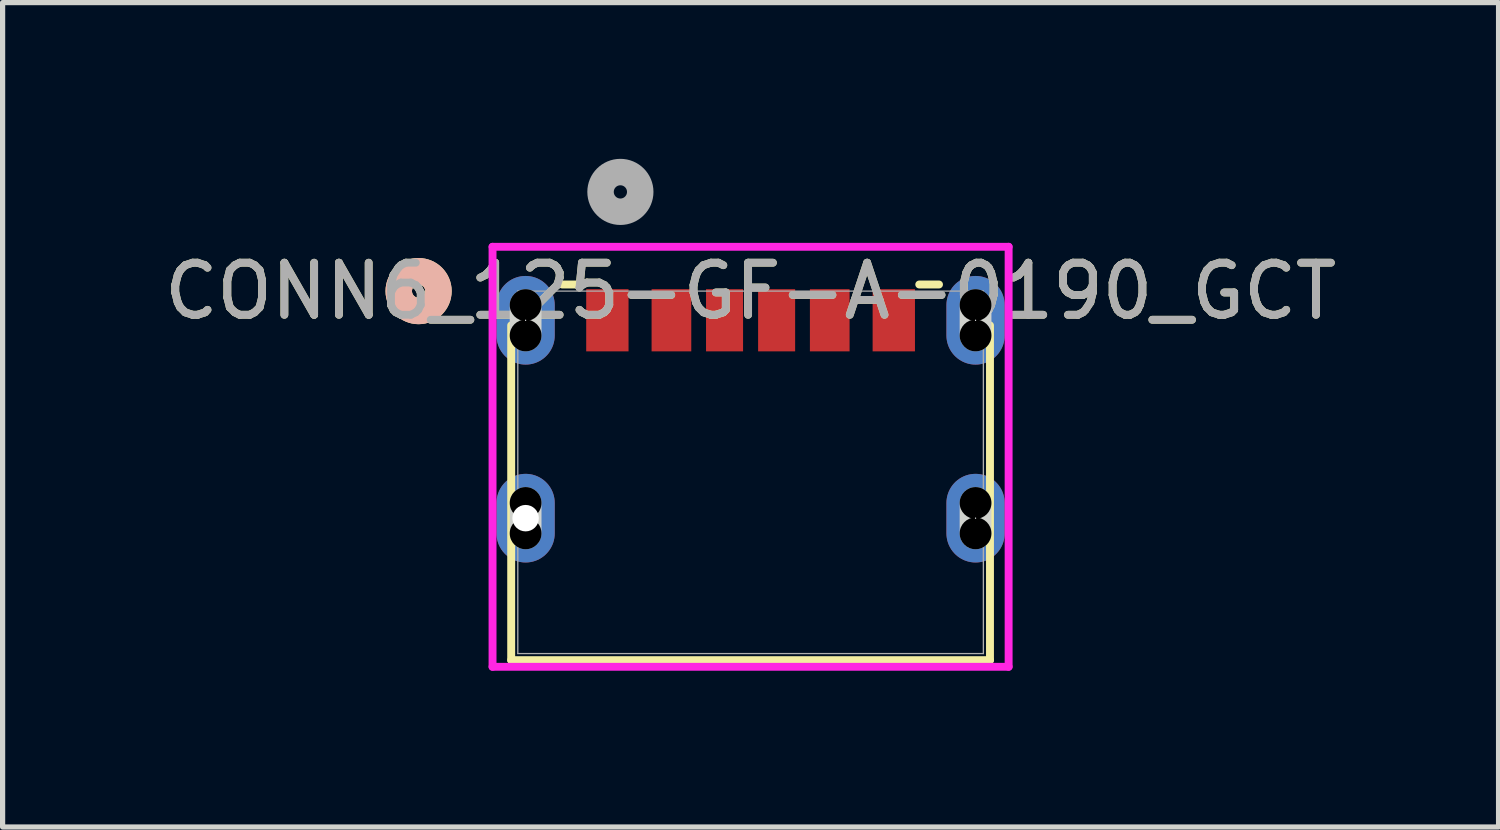
<source format=kicad_pcb>
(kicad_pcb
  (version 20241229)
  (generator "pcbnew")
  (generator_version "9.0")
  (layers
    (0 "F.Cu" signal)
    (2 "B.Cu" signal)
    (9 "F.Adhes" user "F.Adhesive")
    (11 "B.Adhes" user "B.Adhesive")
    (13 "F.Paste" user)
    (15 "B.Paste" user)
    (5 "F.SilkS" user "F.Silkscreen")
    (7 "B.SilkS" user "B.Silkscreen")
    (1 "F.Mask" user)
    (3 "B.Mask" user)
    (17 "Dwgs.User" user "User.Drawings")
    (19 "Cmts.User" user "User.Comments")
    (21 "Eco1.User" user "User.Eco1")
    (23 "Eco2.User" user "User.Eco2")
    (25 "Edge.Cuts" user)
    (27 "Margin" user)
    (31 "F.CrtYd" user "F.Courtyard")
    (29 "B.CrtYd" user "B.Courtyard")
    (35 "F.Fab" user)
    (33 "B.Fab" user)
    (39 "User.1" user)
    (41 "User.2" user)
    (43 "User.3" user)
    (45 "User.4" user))
  (footprint "CONN6_125-GF-A-0190_GCT"
    (layer "F.Cu")
    (at 8.613 3.1)
    (property "Reference" "CONN6_125-GF-A-0190_GCT" (at 2.75 -0.56 0) (unlocked yes) (layer "F.SilkS") (effects (font (size 1 1) (thickness 0.15))))
    (attr smd)
    (fp_line (start -1.847 0.098) (end -1.847 6.527) (stroke (width 0.152) (type solid)) (layer "F.SilkS"))
    (fp_line (start -1.847 6.527) (end 7.347 6.527) (stroke (width 0.152) (type solid)) (layer "F.SilkS"))
    (fp_line (start -0.489 -0.687) (end -0.868 -0.687) (stroke (width 0.152) (type solid)) (layer "F.SilkS"))
    (fp_line (start 6.368 -0.687) (end 5.989 -0.687) (stroke (width 0.152) (type solid)) (layer "F.SilkS"))
    (fp_line (start 7.347 6.527) (end 7.347 0.098) (stroke (width 0.152) (type solid)) (layer "F.SilkS"))
    (fp_circle (center -3.625 -0.56) (end -3.244 -0.56) (stroke (width 0.508) (type solid)) (fill no) (layer "F.SilkS"))
    (fp_circle (center -3.625 -0.56) (end -3.244 -0.56) (stroke (width 0.508) (type solid)) (fill no) (layer "B.SilkS"))
    (fp_line (start -1.57 0.292) (end -1.57 -0.292) (stroke (width 0.61) (type solid)) (layer "Edge.Cuts"))
    (fp_line (start -1.57 4.092) (end -1.57 3.508) (stroke (width 0.61) (type solid)) (layer "Edge.Cuts"))
    (fp_line (start 7.07 0.292) (end 7.07 -0.292) (stroke (width 0.61) (type solid)) (layer "Edge.Cuts"))
    (fp_line (start 7.07 4.092) (end 7.07 3.508) (stroke (width 0.61) (type solid)) (layer "Edge.Cuts"))
    (fp_line (start -2.205 -1.411) (end -2.205 6.654) (stroke (width 0.152) (type solid)) (layer "F.CrtYd"))
    (fp_line (start -2.205 6.654) (end 7.705 6.654) (stroke (width 0.152) (type solid)) (layer "F.CrtYd"))
    (fp_line (start 7.705 -1.411) (end -2.205 -1.411) (stroke (width 0.152) (type solid)) (layer "F.CrtYd"))
    (fp_line (start 7.705 6.654) (end 7.705 -1.411) (stroke (width 0.152) (type solid)) (layer "F.CrtYd"))
    (fp_line (start -1.72 -0.56) (end -1.72 6.4) (stroke (width 0.025) (type solid)) (layer "F.Fab"))
    (fp_line (start -1.72 6.4) (end 7.22 6.4) (stroke (width 0.025) (type solid)) (layer "F.Fab"))
    (fp_line (start 7.22 -0.56) (end -1.72 -0.56) (stroke (width 0.025) (type solid)) (layer "F.Fab"))
    (fp_line (start 7.22 6.4) (end 7.22 -0.56) (stroke (width 0.025) (type solid)) (layer "F.Fab"))
    (fp_circle (center 0.25 -2.465) (end 0.631 -2.465) (stroke (width 0.508) (type solid)) (fill no) (layer "F.Fab"))
    (fp_text user "${REFERENCE}" (at 2.75 -0.56 0) (unlocked yes) (layer "F.Fab") (effects (font (size 1 1) (thickness 0.15))))
    (pad "" np_thru_hole circle (at -1.57 -0.292) (size 0.61 0.61) (drill 0.61) (layers))
    (pad "" np_thru_hole circle (at -1.57 0.292) (size 0.61 0.61) (drill 0.61) (layers))
    (pad "" np_thru_hole circle (at -1.57 3.508) (size 0.61 0.61) (drill 0.61) (layers))
    (pad "" np_thru_hole circle (at -1.57 4.092) (size 0.61 0.61) (drill 0.61) (layers))
    (pad "" np_thru_hole circle (at 7.07 -0.292) (size 0.61 0.61) (drill 0.61) (layers))
    (pad "" np_thru_hole circle (at 7.07 0.292) (size 0.61 0.61) (drill 0.61) (layers))
    (pad "" np_thru_hole circle (at 7.07 3.508) (size 0.61 0.61) (drill 0.61) (layers))
    (pad "" np_thru_hole circle (at 7.07 4.092) (size 0.61 0.61) (drill 0.61) (layers))
    (pad "1" smd rect (at 0 0) (size 0.813 1.194) (layers "F.Cu" "F.Mask" "F.Paste"))
    (pad "2" smd rect (at 1.23 0) (size 0.762 1.194) (layers "F.Cu" "F.Mask" "F.Paste"))
    (pad "3" smd rect (at 2.25 0) (size 0.711 1.194) (layers "F.Cu" "F.Mask" "F.Paste"))
    (pad "4" smd rect (at 3.25 0) (size 0.711 1.194) (layers "F.Cu" "F.Mask" "F.Paste"))
    (pad "5" smd rect (at 4.27 0) (size 0.762 1.194) (layers "F.Cu" "F.Mask" "F.Paste"))
    (pad "6" smd rect (at 5.5 0) (size 0.813 1.194) (layers "F.Cu" "F.Mask" "F.Paste"))
    (pad "7" thru_hole oval (at -1.57 0.000006 90) (size 1.702 1.118) (drill 0.025) (layers "*.Cu" "*.Mask"))
    (pad "8" thru_hole oval (at -1.57 3.8 90) (size 1.702 1.118) (drill 0.025) (layers "*.Cu" "*.Mask"))
    (pad "9" thru_hole oval (at 7.07 0.000006 90) (size 1.702 1.118) (drill 0.025) (layers "*.Cu" "*.Mask"))
    (pad "10" thru_hole oval (at 7.07 3.8 90) (size 1.702 1.118) (drill 0.025) (layers "*.Cu" "*.Mask"))
    (pad "13" thru_hole circle (at -1.57 3.8) (size 0.762 0.762) (drill 0.508) (layers "*.Cu" "*.Mask")))
  (gr_rect
    (start -3 -3)
    (end 25.726 12.83)
    (stroke (width 0.1) (type default))
    (fill no)
    (layer "Edge.Cuts")))
</source>
